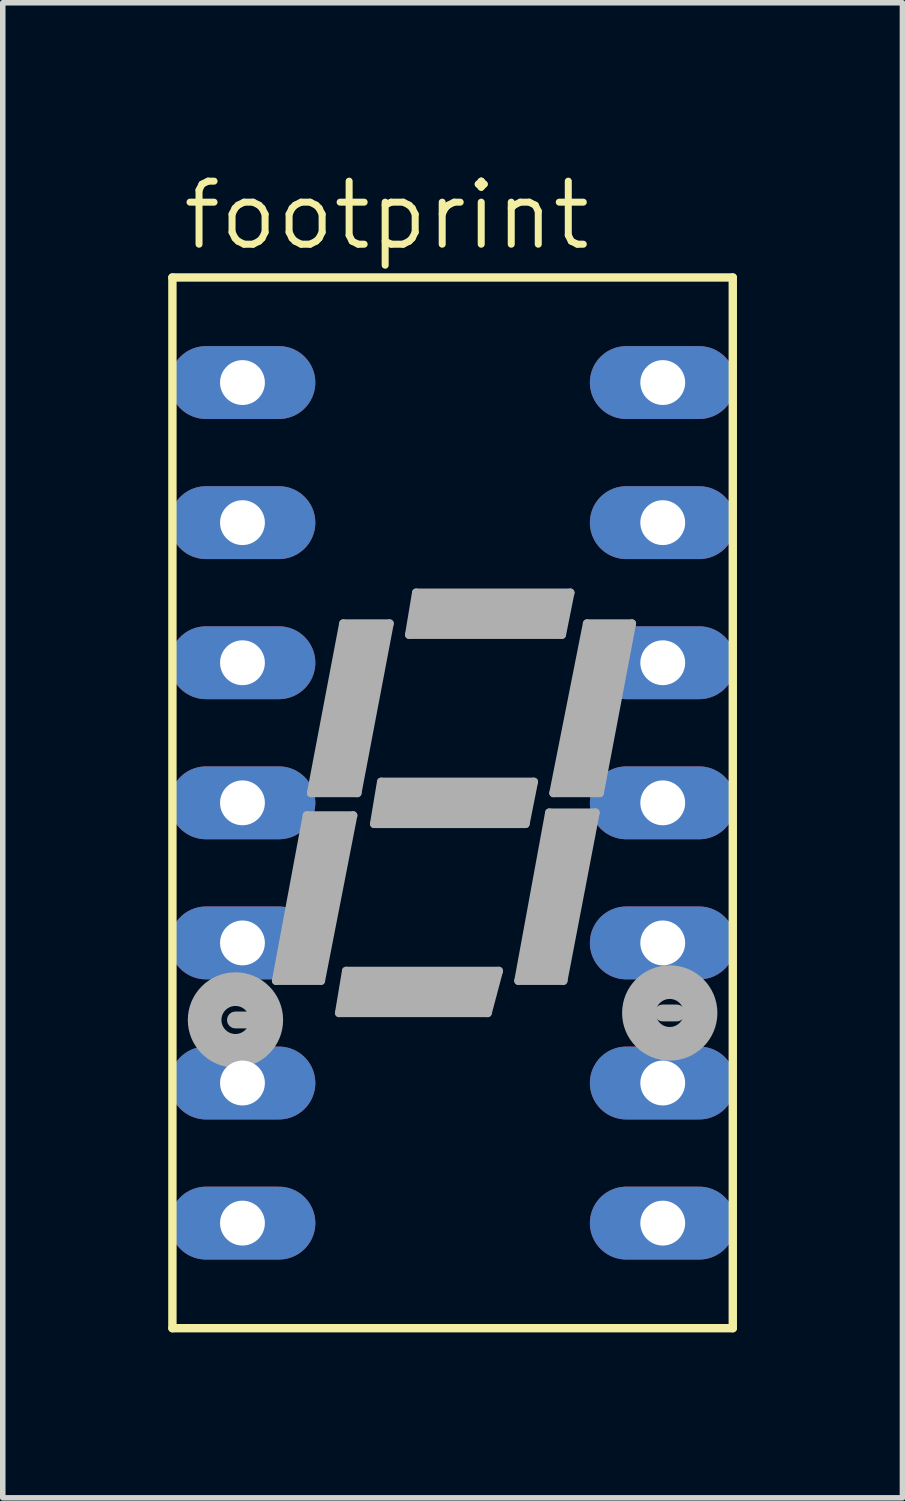
<source format=kicad_pcb>
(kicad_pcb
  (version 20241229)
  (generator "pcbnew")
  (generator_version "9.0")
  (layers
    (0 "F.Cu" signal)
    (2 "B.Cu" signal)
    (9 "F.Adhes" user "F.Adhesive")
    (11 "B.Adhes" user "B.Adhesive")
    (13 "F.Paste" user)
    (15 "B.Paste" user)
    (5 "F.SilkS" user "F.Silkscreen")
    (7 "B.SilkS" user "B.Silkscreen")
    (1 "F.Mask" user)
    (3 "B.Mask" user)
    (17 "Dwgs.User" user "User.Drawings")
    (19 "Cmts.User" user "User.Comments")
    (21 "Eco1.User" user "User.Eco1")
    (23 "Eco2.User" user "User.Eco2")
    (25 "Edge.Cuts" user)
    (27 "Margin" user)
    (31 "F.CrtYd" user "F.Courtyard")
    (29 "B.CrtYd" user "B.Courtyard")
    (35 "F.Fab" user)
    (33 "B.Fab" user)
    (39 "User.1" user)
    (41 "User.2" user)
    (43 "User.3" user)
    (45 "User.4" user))
  (footprint "footprint"
    (layer "F.Cu")
    (at 5.156 11.506)
    (property "Reference" "footprint" (at -4.953 -9.982 0) (layer "F.SilkS") (effects (font (size 1.143 1.143) (thickness 0.127)) (justify left bottom)))
    (fp_line (start -5.08 -9.525) (end 5.08 -9.525) (stroke (width 0.152) (type solid)) (layer "F.SilkS"))
    (fp_line (start -5.08 9.525) (end -5.08 -9.525) (stroke (width 0.152) (type solid)) (layer "F.SilkS"))
    (fp_line (start 5.08 -9.525) (end 5.08 9.525) (stroke (width 0.152) (type solid)) (layer "F.SilkS"))
    (fp_line (start 5.08 9.525) (end -5.08 9.525) (stroke (width 0.152) (type solid)) (layer "F.SilkS"))
    (fp_line (start -3.937 3.937) (end -3.683 3.937) (stroke (width 0.305) (type solid)) (layer "F.Fab"))
    (fp_line (start -3.2 3.226) (end -2.642 0.229) (stroke (width 0.152) (type solid)) (layer "F.Fab"))
    (fp_line (start -3.073 3.124) (end -3.023 2.946) (stroke (width 0.254) (type solid)) (layer "F.Fab"))
    (fp_line (start -2.718 2.819) (end -2.311 0.711) (stroke (width 0.813) (type solid)) (layer "F.Fab"))
    (fp_line (start -2.642 0.229) (end -1.803 0.229) (stroke (width 0.152) (type solid)) (layer "F.Fab"))
    (fp_line (start -2.565 -0.178) (end -1.981 -3.251) (stroke (width 0.152) (type solid)) (layer "F.Fab"))
    (fp_line (start -2.565 -0.178) (end -1.727 -0.178) (stroke (width 0.152) (type solid)) (layer "F.Fab"))
    (fp_line (start -2.565 0.381) (end -1.956 0.381) (stroke (width 0.254) (type solid)) (layer "F.Fab"))
    (fp_line (start -2.489 3.124) (end -3.073 3.124) (stroke (width 0.254) (type solid)) (layer "F.Fab"))
    (fp_line (start -2.464 2.997) (end -2.489 3.124) (stroke (width 0.254) (type solid)) (layer "F.Fab"))
    (fp_line (start -2.438 -0.279) (end -2.388 -0.533) (stroke (width 0.254) (type solid)) (layer "F.Fab"))
    (fp_line (start -2.388 3.226) (end -3.2 3.226) (stroke (width 0.152) (type solid)) (layer "F.Fab"))
    (fp_line (start -2.388 3.226) (end -1.803 0.229) (stroke (width 0.152) (type solid)) (layer "F.Fab"))
    (fp_line (start -2.083 -0.61) (end -1.626 -2.845) (stroke (width 0.813) (type solid)) (layer "F.Fab"))
    (fp_line (start -2.057 3.81) (end -1.93 3.048) (stroke (width 0.152) (type solid)) (layer "F.Fab"))
    (fp_line (start -1.981 -3.251) (end -1.143 -3.251) (stroke (width 0.152) (type solid)) (layer "F.Fab"))
    (fp_line (start -1.956 0.381) (end -1.981 0.508) (stroke (width 0.254) (type solid)) (layer "F.Fab"))
    (fp_line (start -1.93 3.708) (end -1.778 3.708) (stroke (width 0.254) (type solid)) (layer "F.Fab"))
    (fp_line (start -1.905 -3.124) (end -1.295 -3.124) (stroke (width 0.254) (type solid)) (layer "F.Fab"))
    (fp_line (start -1.803 -0.279) (end -2.438 -0.279) (stroke (width 0.254) (type solid)) (layer "F.Fab"))
    (fp_line (start -1.803 3.175) (end -1.93 3.708) (stroke (width 0.254) (type solid)) (layer "F.Fab"))
    (fp_line (start -1.727 -0.178) (end -1.143 -3.251) (stroke (width 0.152) (type solid)) (layer "F.Fab"))
    (fp_line (start -1.295 -3.124) (end -1.321 -3.023) (stroke (width 0.254) (type solid)) (layer "F.Fab"))
    (fp_line (start -1.295 -0.381) (end -1.422 0.381) (stroke (width 0.152) (type solid)) (layer "F.Fab"))
    (fp_line (start -1.27 0.279) (end -1.118 0.279) (stroke (width 0.254) (type solid)) (layer "F.Fab"))
    (fp_line (start -1.168 -0.254) (end -1.27 0.279) (stroke (width 0.254) (type solid)) (layer "F.Fab"))
    (fp_line (start -0.787 -3.048) (end -0.66 -3.81) (stroke (width 0.152) (type solid)) (layer "F.Fab"))
    (fp_line (start -0.66 -3.81) (end 2.134 -3.81) (stroke (width 0.152) (type solid)) (layer "F.Fab"))
    (fp_line (start -0.635 -3.15) (end -0.508 -3.15) (stroke (width 0.254) (type solid)) (layer "F.Fab"))
    (fp_line (start -0.533 -3.683) (end -0.635 -3.15) (stroke (width 0.254) (type solid)) (layer "F.Fab"))
    (fp_line (start -0.305 -3.429) (end 1.626 -3.429) (stroke (width 0.813) (type solid)) (layer "F.Fab"))
    (fp_line (start 0.279 3.429) (end -1.626 3.429) (stroke (width 0.813) (type solid)) (layer "F.Fab"))
    (fp_line (start 0.508 3.708) (end 0.66 3.175) (stroke (width 0.254) (type solid)) (layer "F.Fab"))
    (fp_line (start 0.635 3.81) (end -2.057 3.81) (stroke (width 0.152) (type solid)) (layer "F.Fab"))
    (fp_line (start 0.66 3.175) (end 0.356 3.175) (stroke (width 0.254) (type solid)) (layer "F.Fab"))
    (fp_line (start 0.838 3.048) (end -1.93 3.048) (stroke (width 0.152) (type solid)) (layer "F.Fab"))
    (fp_line (start 0.838 3.048) (end 0.635 3.81) (stroke (width 0.152) (type solid)) (layer "F.Fab"))
    (fp_line (start 0.94 -0.254) (end 1.321 -0.254) (stroke (width 0.254) (type solid)) (layer "F.Fab"))
    (fp_line (start 0.991 0) (end -0.94 0) (stroke (width 0.813) (type solid)) (layer "F.Fab"))
    (fp_line (start 1.194 3.226) (end 1.753 0.178) (stroke (width 0.152) (type solid)) (layer "F.Fab"))
    (fp_line (start 1.321 -0.254) (end 1.219 0.279) (stroke (width 0.254) (type solid)) (layer "F.Fab"))
    (fp_line (start 1.321 0.381) (end -1.422 0.381) (stroke (width 0.152) (type solid)) (layer "F.Fab"))
    (fp_line (start 1.346 3.099) (end 1.397 2.896) (stroke (width 0.254) (type solid)) (layer "F.Fab"))
    (fp_line (start 1.473 -0.381) (end -1.295 -0.381) (stroke (width 0.152) (type solid)) (layer "F.Fab"))
    (fp_line (start 1.473 -0.381) (end 1.321 0.381) (stroke (width 0.152) (type solid)) (layer "F.Fab"))
    (fp_line (start 1.727 -3.175) (end 1.88 -3.175) (stroke (width 0.254) (type solid)) (layer "F.Fab"))
    (fp_line (start 1.753 0.178) (end 2.591 0.178) (stroke (width 0.152) (type solid)) (layer "F.Fab"))
    (fp_line (start 1.829 -0.178) (end 2.438 -3.251) (stroke (width 0.152) (type solid)) (layer "F.Fab"))
    (fp_line (start 1.829 -0.178) (end 2.667 -0.178) (stroke (width 0.152) (type solid)) (layer "F.Fab"))
    (fp_line (start 1.829 0.33) (end 2.464 0.33) (stroke (width 0.254) (type solid)) (layer "F.Fab"))
    (fp_line (start 1.88 -3.175) (end 2.007 -3.708) (stroke (width 0.152) (type solid)) (layer "F.Fab"))
    (fp_line (start 1.905 3.099) (end 1.346 3.099) (stroke (width 0.254) (type solid)) (layer "F.Fab"))
    (fp_line (start 1.981 -3.048) (end -0.787 -3.048) (stroke (width 0.152) (type solid)) (layer "F.Fab"))
    (fp_line (start 1.981 -0.305) (end 2.032 -0.508) (stroke (width 0.254) (type solid)) (layer "F.Fab"))
    (fp_line (start 2.007 -3.708) (end 1.778 -3.708) (stroke (width 0.254) (type solid)) (layer "F.Fab"))
    (fp_line (start 2.007 3.226) (end 1.194 3.226) (stroke (width 0.152) (type solid)) (layer "F.Fab"))
    (fp_line (start 2.108 0.635) (end 1.676 2.794) (stroke (width 0.813) (type solid)) (layer "F.Fab"))
    (fp_line (start 2.134 -3.81) (end 1.981 -3.048) (stroke (width 0.152) (type solid)) (layer "F.Fab"))
    (fp_line (start 2.438 -3.251) (end 3.251 -3.251) (stroke (width 0.152) (type solid)) (layer "F.Fab"))
    (fp_line (start 2.464 0.33) (end 2.413 0.584) (stroke (width 0.254) (type solid)) (layer "F.Fab"))
    (fp_line (start 2.515 -3.124) (end 3.124 -3.124) (stroke (width 0.254) (type solid)) (layer "F.Fab"))
    (fp_line (start 2.565 -0.305) (end 1.981 -0.305) (stroke (width 0.254) (type solid)) (layer "F.Fab"))
    (fp_line (start 2.591 0.178) (end 2.007 3.226) (stroke (width 0.152) (type solid)) (layer "F.Fab"))
    (fp_line (start 2.769 -2.845) (end 2.337 -0.66) (stroke (width 0.813) (type solid)) (layer "F.Fab"))
    (fp_line (start 3.124 -3.124) (end 3.099 -2.972) (stroke (width 0.254) (type solid)) (layer "F.Fab"))
    (fp_line (start 3.251 -3.251) (end 2.667 -0.178) (stroke (width 0.152) (type solid)) (layer "F.Fab"))
    (fp_line (start 3.81 3.81) (end 4.064 3.81) (stroke (width 0.305) (type solid)) (layer "F.Fab"))
    (fp_circle (center -3.937 3.937) (end -3.683 3.937) (stroke (width 0.61) (type solid)) (fill no) (layer "F.Fab"))
    (fp_circle (center 3.937 3.81) (end 4.191 3.81) (stroke (width 0.61) (type solid)) (fill no) (layer "F.Fab"))
    (pad "1" thru_hole oval (at -3.81 -7.62) (size 2.642 1.321) (drill 0.813) (layers "*.Cu" "*.Mask"))
    (pad "2" thru_hole oval (at -3.81 -5.08) (size 2.642 1.321) (drill 0.813) (layers "*.Cu" "*.Mask"))
    (pad "3" thru_hole oval (at -3.81 -2.54) (size 2.642 1.321) (drill 0.813) (layers "*.Cu" "*.Mask"))
    (pad "4" thru_hole oval (at -3.81 0) (size 2.642 1.321) (drill 0.813) (layers "*.Cu" "*.Mask"))
    (pad "5" thru_hole oval (at -3.81 2.54) (size 2.642 1.321) (drill 0.813) (layers "*.Cu" "*.Mask"))
    (pad "6" thru_hole oval (at -3.81 5.08) (size 2.642 1.321) (drill 0.813) (layers "*.Cu" "*.Mask"))
    (pad "7" thru_hole oval (at -3.81 7.62) (size 2.642 1.321) (drill 0.813) (layers "*.Cu" "*.Mask"))
    (pad "8" thru_hole oval (at 3.81 7.62) (size 2.642 1.321) (drill 0.813) (layers "*.Cu" "*.Mask"))
    (pad "9" thru_hole oval (at 3.81 5.08) (size 2.642 1.321) (drill 0.813) (layers "*.Cu" "*.Mask"))
    (pad "10" thru_hole oval (at 3.81 2.54) (size 2.642 1.321) (drill 0.813) (layers "*.Cu" "*.Mask"))
    (pad "11" thru_hole oval (at 3.81 0) (size 2.642 1.321) (drill 0.813) (layers "*.Cu" "*.Mask"))
    (pad "12" thru_hole oval (at 3.81 -2.54) (size 2.642 1.321) (drill 0.813) (layers "*.Cu" "*.Mask"))
    (pad "13" thru_hole oval (at 3.81 -5.08) (size 2.642 1.321) (drill 0.813) (layers "*.Cu" "*.Mask"))
    (pad "14" thru_hole oval (at 3.81 -7.62) (size 2.642 1.321) (drill 0.813) (layers "*.Cu" "*.Mask")))
  (gr_rect
    (start -3 -3)
    (end 13.312 24.107)
    (stroke (width 0.1) (type default))
    (fill no)
    (layer "Edge.Cuts")))
</source>
